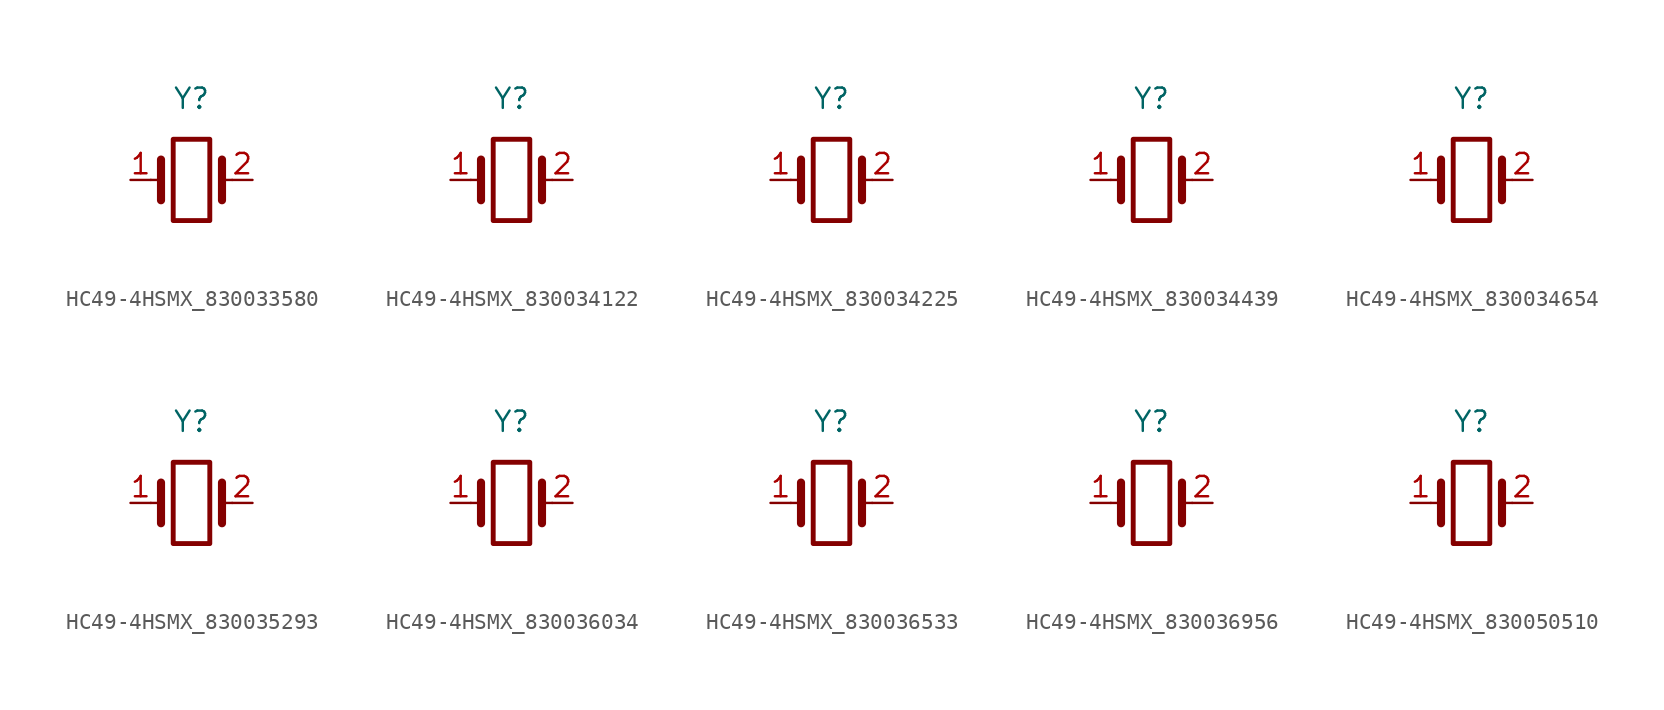
<source format=kicad_sym>
(kicad_symbol_lib
  (version 20220914)
  (generator kicad_symbol_editor)
  (symbol "HC49-4HSMX_830033580"
    (pin_names hide)
    (property "Reference" "Y"
      (at 0 5.08 0)
      (effects (font (size 1.27 1.27))))
    (property "Critical Parameter" ""
      (at 0 -5.08 0)
      (effects (font (size 1.27 1.27)) (justify left)))
    (symbol "HC49-4HSMX_830033580_0_1"
      (rectangle (start -1.143 2.54) (end 1.143 -2.54) (stroke (width 0.305) (type default)) (fill (type none)))
      (polyline (pts (xy -2.54 0) (xy -1.905 0)) (stroke (width 0) (type default)) (fill (type none)))
      (polyline (pts (xy -1.905 -1.27) (xy -1.905 1.27)) (stroke (width 0.508) (type default)) (fill (type none)))
      (polyline (pts (xy 1.905 -1.27) (xy 1.905 1.27)) (stroke (width 0.508) (type default)) (fill (type none)))
      (polyline (pts (xy 2.54 0) (xy 1.905 0)) (stroke (width 0) (type default)) (fill (type none))))
    (symbol "HC49-4HSMX_830033580_1_1"
      (pin passive line (at -3.81 0 0) (length 1.27) (name "1" (effects (font (size 1.27 1.27)))) (number "1" (effects (font (size 1.27 1.27)))))
      (pin passive line (at 3.81 0 180) (length 1.27) (name "2" (effects (font (size 1.27 1.27)))) (number "2" (effects (font (size 1.27 1.27)))))))
  (symbol "HC49-4HSMX_830034122"
    (pin_names hide)
    (property "Reference" "Y"
      (at 0 5.08 0)
      (effects (font (size 1.27 1.27))))
    (property "Critical Parameter" ""
      (at 0 -5.08 0)
      (effects (font (size 1.27 1.27)) (justify left)))
    (symbol "HC49-4HSMX_830034122_0_1"
      (rectangle (start -1.143 2.54) (end 1.143 -2.54) (stroke (width 0.305) (type default)) (fill (type none)))
      (polyline (pts (xy -2.54 0) (xy -1.905 0)) (stroke (width 0) (type default)) (fill (type none)))
      (polyline (pts (xy -1.905 -1.27) (xy -1.905 1.27)) (stroke (width 0.508) (type default)) (fill (type none)))
      (polyline (pts (xy 1.905 -1.27) (xy 1.905 1.27)) (stroke (width 0.508) (type default)) (fill (type none)))
      (polyline (pts (xy 2.54 0) (xy 1.905 0)) (stroke (width 0) (type default)) (fill (type none))))
    (symbol "HC49-4HSMX_830034122_1_1"
      (pin passive line (at -3.81 0 0) (length 1.27) (name "1" (effects (font (size 1.27 1.27)))) (number "1" (effects (font (size 1.27 1.27)))))
      (pin passive line (at 3.81 0 180) (length 1.27) (name "2" (effects (font (size 1.27 1.27)))) (number "2" (effects (font (size 1.27 1.27)))))))
  (symbol "HC49-4HSMX_830034225"
    (pin_names hide)
    (property "Reference" "Y"
      (at 0 5.08 0)
      (effects (font (size 1.27 1.27))))
    (property "Critical Parameter" ""
      (at 0 -5.08 0)
      (effects (font (size 1.27 1.27)) (justify left)))
    (symbol "HC49-4HSMX_830034225_0_1"
      (rectangle (start -1.143 2.54) (end 1.143 -2.54) (stroke (width 0.305) (type default)) (fill (type none)))
      (polyline (pts (xy -2.54 0) (xy -1.905 0)) (stroke (width 0) (type default)) (fill (type none)))
      (polyline (pts (xy -1.905 -1.27) (xy -1.905 1.27)) (stroke (width 0.508) (type default)) (fill (type none)))
      (polyline (pts (xy 1.905 -1.27) (xy 1.905 1.27)) (stroke (width 0.508) (type default)) (fill (type none)))
      (polyline (pts (xy 2.54 0) (xy 1.905 0)) (stroke (width 0) (type default)) (fill (type none))))
    (symbol "HC49-4HSMX_830034225_1_1"
      (pin passive line (at -3.81 0 0) (length 1.27) (name "1" (effects (font (size 1.27 1.27)))) (number "1" (effects (font (size 1.27 1.27)))))
      (pin passive line (at 3.81 0 180) (length 1.27) (name "2" (effects (font (size 1.27 1.27)))) (number "2" (effects (font (size 1.27 1.27)))))))
  (symbol "HC49-4HSMX_830034439"
    (pin_names hide)
    (property "Reference" "Y"
      (at 0 5.08 0)
      (effects (font (size 1.27 1.27))))
    (property "Critical Parameter" ""
      (at 0 -5.08 0)
      (effects (font (size 1.27 1.27)) (justify left)))
    (symbol "HC49-4HSMX_830034439_0_1"
      (rectangle (start -1.143 2.54) (end 1.143 -2.54) (stroke (width 0.305) (type default)) (fill (type none)))
      (polyline (pts (xy -2.54 0) (xy -1.905 0)) (stroke (width 0) (type default)) (fill (type none)))
      (polyline (pts (xy -1.905 -1.27) (xy -1.905 1.27)) (stroke (width 0.508) (type default)) (fill (type none)))
      (polyline (pts (xy 1.905 -1.27) (xy 1.905 1.27)) (stroke (width 0.508) (type default)) (fill (type none)))
      (polyline (pts (xy 2.54 0) (xy 1.905 0)) (stroke (width 0) (type default)) (fill (type none))))
    (symbol "HC49-4HSMX_830034439_1_1"
      (pin passive line (at -3.81 0 0) (length 1.27) (name "1" (effects (font (size 1.27 1.27)))) (number "1" (effects (font (size 1.27 1.27)))))
      (pin passive line (at 3.81 0 180) (length 1.27) (name "2" (effects (font (size 1.27 1.27)))) (number "2" (effects (font (size 1.27 1.27)))))))
  (symbol "HC49-4HSMX_830034654"
    (pin_names hide)
    (property "Reference" "Y"
      (at 0 5.08 0)
      (effects (font (size 1.27 1.27))))
    (property "Critical Parameter" ""
      (at 0 -5.08 0)
      (effects (font (size 1.27 1.27)) (justify left)))
    (symbol "HC49-4HSMX_830034654_0_1"
      (rectangle (start -1.143 2.54) (end 1.143 -2.54) (stroke (width 0.305) (type default)) (fill (type none)))
      (polyline (pts (xy -2.54 0) (xy -1.905 0)) (stroke (width 0) (type default)) (fill (type none)))
      (polyline (pts (xy -1.905 -1.27) (xy -1.905 1.27)) (stroke (width 0.508) (type default)) (fill (type none)))
      (polyline (pts (xy 1.905 -1.27) (xy 1.905 1.27)) (stroke (width 0.508) (type default)) (fill (type none)))
      (polyline (pts (xy 2.54 0) (xy 1.905 0)) (stroke (width 0) (type default)) (fill (type none))))
    (symbol "HC49-4HSMX_830034654_1_1"
      (pin passive line (at -3.81 0 0) (length 1.27) (name "1" (effects (font (size 1.27 1.27)))) (number "1" (effects (font (size 1.27 1.27)))))
      (pin passive line (at 3.81 0 180) (length 1.27) (name "2" (effects (font (size 1.27 1.27)))) (number "2" (effects (font (size 1.27 1.27)))))))
  (symbol "HC49-4HSMX_830035293"
    (pin_names hide)
    (property "Reference" "Y"
      (at 0 5.08 0)
      (effects (font (size 1.27 1.27))))
    (property "Critical Parameter" ""
      (at 0 -5.08 0)
      (effects (font (size 1.27 1.27)) (justify left)))
    (symbol "HC49-4HSMX_830035293_0_1"
      (rectangle (start -1.143 2.54) (end 1.143 -2.54) (stroke (width 0.305) (type default)) (fill (type none)))
      (polyline (pts (xy -2.54 0) (xy -1.905 0)) (stroke (width 0) (type default)) (fill (type none)))
      (polyline (pts (xy -1.905 -1.27) (xy -1.905 1.27)) (stroke (width 0.508) (type default)) (fill (type none)))
      (polyline (pts (xy 1.905 -1.27) (xy 1.905 1.27)) (stroke (width 0.508) (type default)) (fill (type none)))
      (polyline (pts (xy 2.54 0) (xy 1.905 0)) (stroke (width 0) (type default)) (fill (type none))))
    (symbol "HC49-4HSMX_830035293_1_1"
      (pin passive line (at -3.81 0 0) (length 1.27) (name "1" (effects (font (size 1.27 1.27)))) (number "1" (effects (font (size 1.27 1.27)))))
      (pin passive line (at 3.81 0 180) (length 1.27) (name "2" (effects (font (size 1.27 1.27)))) (number "2" (effects (font (size 1.27 1.27)))))))
  (symbol "HC49-4HSMX_830036034"
    (pin_names hide)
    (property "Reference" "Y"
      (at 0 5.08 0)
      (effects (font (size 1.27 1.27))))
    (property "Critical Parameter" ""
      (at 0 -5.08 0)
      (effects (font (size 1.27 1.27)) (justify left)))
    (symbol "HC49-4HSMX_830036034_0_1"
      (rectangle (start -1.143 2.54) (end 1.143 -2.54) (stroke (width 0.305) (type default)) (fill (type none)))
      (polyline (pts (xy -2.54 0) (xy -1.905 0)) (stroke (width 0) (type default)) (fill (type none)))
      (polyline (pts (xy -1.905 -1.27) (xy -1.905 1.27)) (stroke (width 0.508) (type default)) (fill (type none)))
      (polyline (pts (xy 1.905 -1.27) (xy 1.905 1.27)) (stroke (width 0.508) (type default)) (fill (type none)))
      (polyline (pts (xy 2.54 0) (xy 1.905 0)) (stroke (width 0) (type default)) (fill (type none))))
    (symbol "HC49-4HSMX_830036034_1_1"
      (pin passive line (at -3.81 0 0) (length 1.27) (name "1" (effects (font (size 1.27 1.27)))) (number "1" (effects (font (size 1.27 1.27)))))
      (pin passive line (at 3.81 0 180) (length 1.27) (name "2" (effects (font (size 1.27 1.27)))) (number "2" (effects (font (size 1.27 1.27)))))))
  (symbol "HC49-4HSMX_830036533"
    (pin_names hide)
    (property "Reference" "Y"
      (at 0 5.08 0)
      (effects (font (size 1.27 1.27))))
    (property "Critical Parameter" ""
      (at 0 -5.08 0)
      (effects (font (size 1.27 1.27)) (justify left)))
    (symbol "HC49-4HSMX_830036533_0_1"
      (rectangle (start -1.143 2.54) (end 1.143 -2.54) (stroke (width 0.305) (type default)) (fill (type none)))
      (polyline (pts (xy -2.54 0) (xy -1.905 0)) (stroke (width 0) (type default)) (fill (type none)))
      (polyline (pts (xy -1.905 -1.27) (xy -1.905 1.27)) (stroke (width 0.508) (type default)) (fill (type none)))
      (polyline (pts (xy 1.905 -1.27) (xy 1.905 1.27)) (stroke (width 0.508) (type default)) (fill (type none)))
      (polyline (pts (xy 2.54 0) (xy 1.905 0)) (stroke (width 0) (type default)) (fill (type none))))
    (symbol "HC49-4HSMX_830036533_1_1"
      (pin passive line (at -3.81 0 0) (length 1.27) (name "1" (effects (font (size 1.27 1.27)))) (number "1" (effects (font (size 1.27 1.27)))))
      (pin passive line (at 3.81 0 180) (length 1.27) (name "2" (effects (font (size 1.27 1.27)))) (number "2" (effects (font (size 1.27 1.27)))))))
  (symbol "HC49-4HSMX_830036956"
    (pin_names hide)
    (property "Reference" "Y"
      (at 0 5.08 0)
      (effects (font (size 1.27 1.27))))
    (property "Critical Parameter" ""
      (at 0 -5.08 0)
      (effects (font (size 1.27 1.27)) (justify left)))
    (symbol "HC49-4HSMX_830036956_0_1"
      (rectangle (start -1.143 2.54) (end 1.143 -2.54) (stroke (width 0.305) (type default)) (fill (type none)))
      (polyline (pts (xy -2.54 0) (xy -1.905 0)) (stroke (width 0) (type default)) (fill (type none)))
      (polyline (pts (xy -1.905 -1.27) (xy -1.905 1.27)) (stroke (width 0.508) (type default)) (fill (type none)))
      (polyline (pts (xy 1.905 -1.27) (xy 1.905 1.27)) (stroke (width 0.508) (type default)) (fill (type none)))
      (polyline (pts (xy 2.54 0) (xy 1.905 0)) (stroke (width 0) (type default)) (fill (type none))))
    (symbol "HC49-4HSMX_830036956_1_1"
      (pin passive line (at -3.81 0 0) (length 1.27) (name "1" (effects (font (size 1.27 1.27)))) (number "1" (effects (font (size 1.27 1.27)))))
      (pin passive line (at 3.81 0 180) (length 1.27) (name "2" (effects (font (size 1.27 1.27)))) (number "2" (effects (font (size 1.27 1.27)))))))
  (symbol "HC49-4HSMX_830050510"
    (pin_names hide)
    (property "Reference" "Y"
      (at 0 5.08 0)
      (effects (font (size 1.27 1.27))))
    (property "Critical Parameter" ""
      (at 0 -5.08 0)
      (effects (font (size 1.27 1.27)) (justify left)))
    (symbol "HC49-4HSMX_830050510_0_1"
      (rectangle (start -1.143 2.54) (end 1.143 -2.54) (stroke (width 0.305) (type default)) (fill (type none)))
      (polyline (pts (xy -2.54 0) (xy -1.905 0)) (stroke (width 0) (type default)) (fill (type none)))
      (polyline (pts (xy -1.905 -1.27) (xy -1.905 1.27)) (stroke (width 0.508) (type default)) (fill (type none)))
      (polyline (pts (xy 1.905 -1.27) (xy 1.905 1.27)) (stroke (width 0.508) (type default)) (fill (type none)))
      (polyline (pts (xy 2.54 0) (xy 1.905 0)) (stroke (width 0) (type default)) (fill (type none))))
    (symbol "HC49-4HSMX_830050510_1_1"
      (pin passive line (at -3.81 0 0) (length 1.27) (name "1" (effects (font (size 1.27 1.27)))) (number "1" (effects (font (size 1.27 1.27)))))
      (pin passive line (at 3.81 0 180) (length 1.27) (name "2" (effects (font (size 1.27 1.27)))) (number "2" (effects (font (size 1.27 1.27))))))))
</source>
